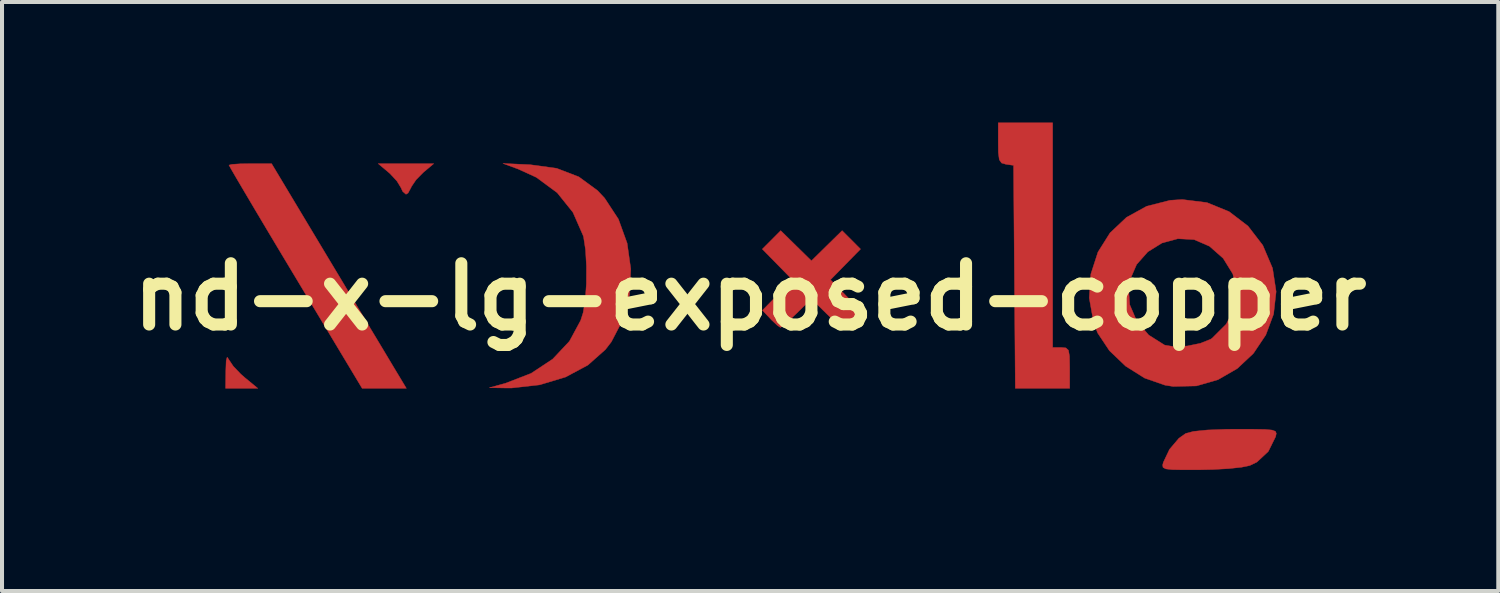
<source format=kicad_pcb>
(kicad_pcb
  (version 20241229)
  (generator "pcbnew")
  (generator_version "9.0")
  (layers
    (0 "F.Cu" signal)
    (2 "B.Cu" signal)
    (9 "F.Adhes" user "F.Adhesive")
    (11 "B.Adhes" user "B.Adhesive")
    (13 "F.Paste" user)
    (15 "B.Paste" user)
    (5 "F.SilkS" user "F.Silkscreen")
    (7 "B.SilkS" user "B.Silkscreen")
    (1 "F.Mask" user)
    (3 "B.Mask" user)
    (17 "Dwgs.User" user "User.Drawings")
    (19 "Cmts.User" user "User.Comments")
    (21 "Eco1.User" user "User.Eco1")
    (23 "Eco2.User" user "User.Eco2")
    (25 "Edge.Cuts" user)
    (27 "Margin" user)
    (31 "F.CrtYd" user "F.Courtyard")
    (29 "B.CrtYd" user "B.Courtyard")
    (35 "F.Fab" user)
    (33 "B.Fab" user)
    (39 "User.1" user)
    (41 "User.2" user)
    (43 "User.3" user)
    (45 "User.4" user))
  (footprint "nd-x-lg-exposed-copper"
    (layer "F.Cu")
    (at 15.61 4.333)
    (property "Reference" "nd-x-lg-exposed-copper" (at 0 0 0) (layer "F.SilkS") (effects (font (size 1.524 1.524) (thickness 0.3))))
    (attr through_hole)
    (fp_poly (pts (xy -12.969 1.558) (xy -12.966 1.565) (xy -12.859 1.725) (xy -12.671 1.922) (xy -12.571 2.01) (xy -12.248 2.276) (xy -13.049 2.276) (xy -13.043 1.831) (xy -13.034 1.589) (xy -13.01 1.502) (xy -12.969 1.558)) (stroke (width 0.01) (type solid)) (fill yes) (layer "F.Cu"))
    (fp_poly (pts (xy -8.127 -3.097) (xy -8.308 -2.914) (xy -8.425 -2.742) (xy -8.436 -2.716) (xy -8.509 -2.581) (xy -8.561 -2.55) (xy -8.643 -2.62) (xy -8.687 -2.716) (xy -8.785 -2.877) (xy -8.958 -3.064) (xy -8.996 -3.097) (xy -9.252 -3.312) (xy -7.871 -3.312) (xy -8.127 -3.097)) (stroke (width 0.01) (type solid)) (fill yes) (layer "F.Cu"))
    (fp_poly (pts (xy 7.525 1.26) (xy 7.737 1.26) (xy 7.854 1.271) (xy 7.918 1.33) (xy 7.944 1.476) (xy 7.949 1.75) (xy 7.949 1.768) (xy 7.949 2.276) (xy 6.596 2.276) (xy 6.574 -0.497) (xy 6.552 -3.27) (xy 6.361 -3.297) (xy 6.254 -3.328) (xy 6.197 -3.411) (xy 6.174 -3.588) (xy 6.171 -3.826) (xy 6.171 -4.328) (xy 7.525 -4.328) (xy 7.525 1.26)) (stroke (width 0.01) (type solid)) (fill yes) (layer "F.Cu"))
    (fp_poly (pts (xy -10.423 -0.843) (xy -10.063 -0.243) (xy -9.723 0.324) (xy -9.415 0.838) (xy -9.15 1.279) (xy -8.941 1.628) (xy -8.799 1.865) (xy -8.747 1.951) (xy -8.552 2.276) (xy -9.652 2.276) (xy -11.308 -0.482) (xy -11.679 -1.1) (xy -12.021 -1.672) (xy -12.324 -2.181) (xy -12.579 -2.612) (xy -12.777 -2.948) (xy -12.908 -3.174) (xy -12.963 -3.273) (xy -12.964 -3.276) (xy -12.887 -3.295) (xy -12.686 -3.308) (xy -12.434 -3.312) (xy -11.904 -3.312) (xy -10.423 -0.843)) (stroke (width 0.01) (type solid)) (fill yes) (layer "F.Cu"))
    (fp_poly (pts (xy 2.746 -1.187) (xy 2.371 -0.805) (xy 1.997 -0.423) (xy 2.371 -0.042) (xy 2.746 0.34) (xy 2.288 0.799) (xy 1.906 0.424) (xy 1.524 0.049) (xy 1.161 0.406) (xy 0.961 0.595) (xy 0.812 0.724) (xy 0.752 0.762) (xy 0.67 0.706) (xy 0.527 0.571) (xy 0.507 0.549) (xy 0.306 0.336) (xy 1.051 -0.423) (xy 0.677 -0.805) (xy 0.302 -1.187) (xy 0.76 -1.646) (xy 1.142 -1.271) (xy 1.524 -0.896) (xy 1.906 -1.271) (xy 2.288 -1.646) (xy 2.746 -1.187)) (stroke (width 0.01) (type solid)) (fill yes) (layer "F.Cu"))
    (fp_poly (pts (xy 12.516 3.294) (xy 12.808 3.299) (xy 12.983 3.315) (xy 13.067 3.347) (xy 13.088 3.398) (xy 13.072 3.476) (xy 13.07 3.482) (xy 12.89 3.846) (xy 12.605 4.112) (xy 12.428 4.197) (xy 12.226 4.239) (xy 11.902 4.274) (xy 11.507 4.296) (xy 11.181 4.303) (xy 10.768 4.304) (xy 10.497 4.299) (xy 10.34 4.281) (xy 10.271 4.245) (xy 10.261 4.186) (xy 10.278 4.117) (xy 10.431 3.795) (xy 10.665 3.519) (xy 10.835 3.399) (xy 11.029 3.348) (xy 11.372 3.313) (xy 11.846 3.295) (xy 12.082 3.293) (xy 12.516 3.294)) (stroke (width 0.01) (type solid)) (fill yes) (layer "F.Cu"))
    (fp_poly (pts (xy -5.471 -3.286) (xy -4.813 -3.196) (xy -4.261 -2.984) (xy -3.795 -2.642) (xy -3.619 -2.454) (xy -3.276 -1.931) (xy -3.06 -1.333) (xy -2.969 -0.693) (xy -3.004 -0.048) (xy -3.165 0.568) (xy -3.453 1.121) (xy -3.6 1.312) (xy -4.036 1.699) (xy -4.591 1.996) (xy -5.233 2.189) (xy -5.928 2.268) (xy -6.1 2.268) (xy -6.487 2.261) (xy -6.087 2.151) (xy -5.449 1.904) (xy -4.913 1.55) (xy -4.495 1.105) (xy -4.215 0.586) (xy -4.155 0.398) (xy -4.102 0.086) (xy -4.074 -0.321) (xy -4.072 -0.762) (xy -4.095 -1.17) (xy -4.143 -1.485) (xy -4.153 -1.52) (xy -4.408 -2.101) (xy -4.8 -2.589) (xy -5.32 -2.972) (xy -5.768 -3.177) (xy -6.148 -3.317) (xy -5.471 -3.286)) (stroke (width 0.01) (type solid)) (fill yes) (layer "F.Cu"))
    (fp_poly (pts (xy 11.363 -2.344) (xy 11.914 -2.119) (xy 12.384 -1.76) (xy 12.752 -1.282) (xy 12.995 -0.711) (xy 13.084 -0.13) (xy 13.021 0.43) (xy 12.827 0.949) (xy 12.519 1.408) (xy 12.117 1.785) (xy 11.637 2.062) (xy 11.1 2.217) (xy 10.524 2.23) (xy 10.319 2.198) (xy 9.813 2.022) (xy 9.34 1.725) (xy 8.937 1.34) (xy 8.645 0.901) (xy 8.547 0.655) (xy 8.435 0.029) (xy 8.453 -0.236) (xy 9.411 -0.236) (xy 9.442 0.196) (xy 9.618 0.605) (xy 9.914 0.951) (xy 10.305 1.198) (xy 10.319 1.203) (xy 10.557 1.242) (xy 10.875 1.223) (xy 11.199 1.157) (xy 11.453 1.056) (xy 11.49 1.031) (xy 11.842 0.68) (xy 12.045 0.278) (xy 12.1 -0.147) (xy 12.007 -0.568) (xy 11.767 -0.957) (xy 11.427 -1.257) (xy 11.044 -1.423) (xy 10.639 -1.445) (xy 10.244 -1.338) (xy 9.892 -1.119) (xy 9.614 -0.805) (xy 9.442 -0.41) (xy 9.411 -0.236) (xy 8.453 -0.236) (xy 8.475 -0.567) (xy 8.652 -1.113) (xy 8.952 -1.59) (xy 9.361 -1.976) (xy 9.864 -2.253) (xy 10.447 -2.401) (xy 10.749 -2.42) (xy 11.363 -2.344)) (stroke (width 0.01) (type solid)) (fill yes) (layer "F.Cu"))
    (fp_poly (pts (xy -12.959 1.568) (xy -12.956 1.575) (xy -12.849 1.735) (xy -12.661 1.932) (xy -12.561 2.02) (xy -12.238 2.286) (xy -13.039 2.286) (xy -13.033 1.841) (xy -13.024 1.599) (xy -13 1.512) (xy -12.959 1.568)) (stroke (width 0.01) (type solid)) (fill yes) (layer "F.Mask"))
    (fp_poly (pts (xy -8.117 -3.087) (xy -8.298 -2.904) (xy -8.415 -2.732) (xy -8.426 -2.706) (xy -8.499 -2.571) (xy -8.551 -2.54) (xy -8.633 -2.61) (xy -8.677 -2.706) (xy -8.775 -2.867) (xy -8.948 -3.054) (xy -8.986 -3.087) (xy -9.242 -3.302) (xy -7.861 -3.302) (xy -8.117 -3.087)) (stroke (width 0.01) (type solid)) (fill yes) (layer "F.Mask"))
    (fp_poly (pts (xy 7.535 1.27) (xy 7.747 1.27) (xy 7.864 1.281) (xy 7.928 1.34) (xy 7.954 1.486) (xy 7.959 1.76) (xy 7.959 1.778) (xy 7.959 2.286) (xy 6.606 2.286) (xy 6.584 -0.487) (xy 6.562 -3.26) (xy 6.371 -3.287) (xy 6.264 -3.318) (xy 6.207 -3.401) (xy 6.184 -3.578) (xy 6.181 -3.816) (xy 6.181 -4.318) (xy 7.535 -4.318) (xy 7.535 1.27)) (stroke (width 0.01) (type solid)) (fill yes) (layer "F.Mask"))
    (fp_poly (pts (xy -10.413 -0.833) (xy -10.053 -0.233) (xy -9.713 0.334) (xy -9.405 0.848) (xy -9.14 1.289) (xy -8.931 1.638) (xy -8.789 1.875) (xy -8.737 1.961) (xy -8.542 2.286) (xy -9.642 2.286) (xy -11.298 -0.472) (xy -11.669 -1.09) (xy -12.011 -1.662) (xy -12.314 -2.171) (xy -12.569 -2.602) (xy -12.767 -2.938) (xy -12.898 -3.164) (xy -12.953 -3.263) (xy -12.954 -3.266) (xy -12.877 -3.285) (xy -12.676 -3.298) (xy -12.424 -3.302) (xy -11.894 -3.302) (xy -10.413 -0.833)) (stroke (width 0.01) (type solid)) (fill yes) (layer "F.Mask"))
    (fp_poly (pts (xy 2.736 -1.197) (xy 2.361 -0.815) (xy 1.987 -0.433) (xy 2.361 -0.052) (xy 2.736 0.33) (xy 2.278 0.789) (xy 1.896 0.414) (xy 1.514 0.039) (xy 1.151 0.396) (xy 0.951 0.585) (xy 0.802 0.714) (xy 0.742 0.752) (xy 0.66 0.696) (xy 0.517 0.561) (xy 0.497 0.539) (xy 0.296 0.326) (xy 1.041 -0.433) (xy 0.667 -0.815) (xy 0.292 -1.197) (xy 0.75 -1.656) (xy 1.132 -1.281) (xy 1.514 -0.906) (xy 1.896 -1.281) (xy 2.278 -1.656) (xy 2.736 -1.197)) (stroke (width 0.01) (type solid)) (fill yes) (layer "F.Mask"))
    (fp_poly (pts (xy 12.526 3.304) (xy 12.818 3.309) (xy 12.993 3.325) (xy 13.077 3.357) (xy 13.098 3.408) (xy 13.082 3.486) (xy 13.08 3.493) (xy 12.9 3.856) (xy 12.615 4.122) (xy 12.438 4.207) (xy 12.236 4.249) (xy 11.912 4.284) (xy 11.517 4.306) (xy 11.191 4.313) (xy 10.778 4.314) (xy 10.507 4.309) (xy 10.35 4.291) (xy 10.281 4.255) (xy 10.271 4.196) (xy 10.288 4.128) (xy 10.441 3.805) (xy 10.675 3.529) (xy 10.845 3.409) (xy 11.039 3.358) (xy 11.382 3.323) (xy 11.856 3.305) (xy 12.092 3.303) (xy 12.526 3.304)) (stroke (width 0.01) (type solid)) (fill yes) (layer "F.Mask"))
    (fp_poly (pts (xy -5.461 -3.276) (xy -4.803 -3.186) (xy -4.251 -2.974) (xy -3.785 -2.632) (xy -3.609 -2.444) (xy -3.266 -1.921) (xy -3.05 -1.323) (xy -2.959 -0.683) (xy -2.994 -0.038) (xy -3.155 0.578) (xy -3.443 1.131) (xy -3.59 1.322) (xy -4.026 1.709) (xy -4.581 2.006) (xy -5.223 2.199) (xy -5.918 2.278) (xy -6.09 2.278) (xy -6.477 2.271) (xy -6.077 2.161) (xy -5.439 1.914) (xy -4.903 1.56) (xy -4.485 1.115) (xy -4.205 0.596) (xy -4.145 0.408) (xy -4.092 0.096) (xy -4.064 -0.311) (xy -4.062 -0.752) (xy -4.085 -1.16) (xy -4.133 -1.475) (xy -4.143 -1.51) (xy -4.398 -2.091) (xy -4.79 -2.579) (xy -5.31 -2.962) (xy -5.758 -3.167) (xy -6.138 -3.307) (xy -5.461 -3.276)) (stroke (width 0.01) (type solid)) (fill yes) (layer "F.Mask"))
    (fp_poly (pts (xy 11.373 -2.334) (xy 11.924 -2.109) (xy 12.394 -1.75) (xy 12.762 -1.272) (xy 13.005 -0.701) (xy 13.094 -0.12) (xy 13.031 0.44) (xy 12.837 0.959) (xy 12.529 1.418) (xy 12.127 1.795) (xy 11.647 2.072) (xy 11.11 2.227) (xy 10.534 2.24) (xy 10.329 2.208) (xy 9.823 2.032) (xy 9.35 1.735) (xy 8.947 1.35) (xy 8.655 0.911) (xy 8.557 0.665) (xy 8.445 0.039) (xy 8.463 -0.226) (xy 9.421 -0.226) (xy 9.452 0.206) (xy 9.628 0.615) (xy 9.924 0.961) (xy 10.315 1.208) (xy 10.329 1.213) (xy 10.567 1.252) (xy 10.885 1.233) (xy 11.209 1.167) (xy 11.463 1.066) (xy 11.5 1.041) (xy 11.852 0.69) (xy 12.055 0.288) (xy 12.11 -0.137) (xy 12.017 -0.558) (xy 11.777 -0.947) (xy 11.437 -1.247) (xy 11.054 -1.413) (xy 10.649 -1.435) (xy 10.254 -1.328) (xy 9.902 -1.109) (xy 9.624 -0.795) (xy 9.452 -0.4) (xy 9.421 -0.226) (xy 8.463 -0.226) (xy 8.485 -0.557) (xy 8.662 -1.103) (xy 8.962 -1.58) (xy 9.371 -1.966) (xy 9.874 -2.243) (xy 10.457 -2.391) (xy 10.759 -2.41) (xy 11.373 -2.334)) (stroke (width 0.01) (type solid)) (fill yes) (layer "F.Mask")))
  (gr_rect
    (start -3 -3)
    (end 34.22 11.652)
    (stroke (width 0.1) (type default))
    (fill no)
    (layer "Edge.Cuts")))
</source>
